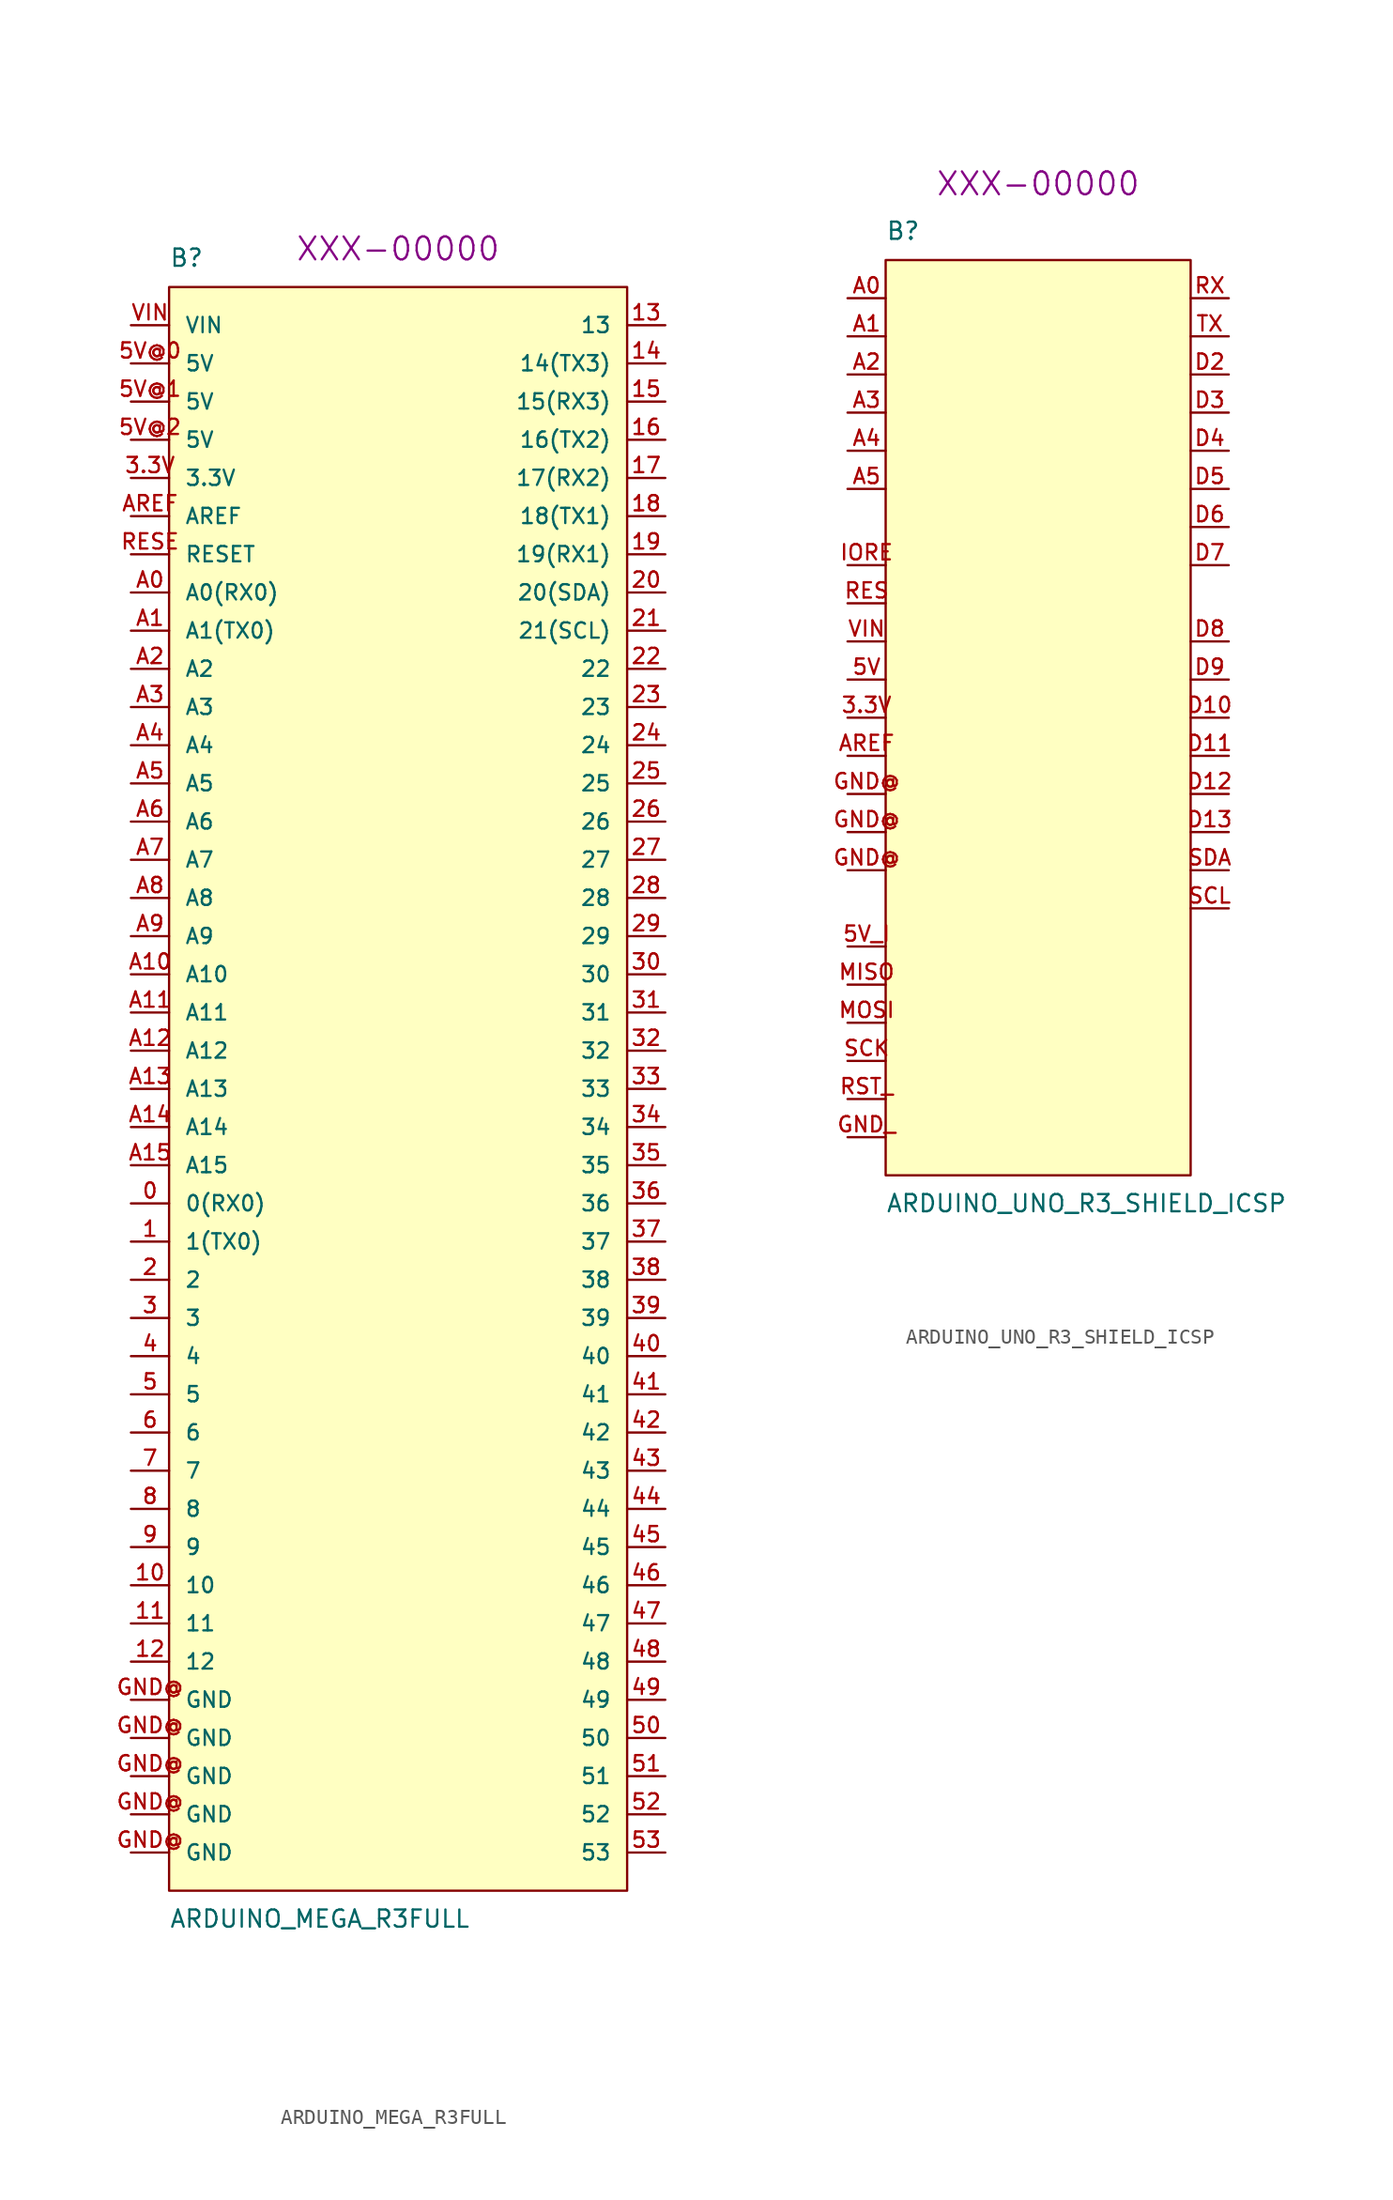
<source format=kicad_sym>
(kicad_symbol_lib
  (version 20201005)
  (generator kicad_symbol_editor)
  (symbol "ARDUINO_MEGA_R3FULL"
    (pin_names
      (offset 1.016))
    (property "Reference" "B"
      (at -15.24 54.61 0)
      (effects (font (size 1.143 1.143)) (justify left bottom)))
    (property "Value" "ARDUINO_MEGA_R3FULL"
      (at -15.24 -55.88 0)
      (effects (font (size 1.143 1.143)) (justify left bottom)))
    (property "Field4" "XXX-00000"
      (at 0 55.88 0)
      (effects (font (size 1.524 1.524))))
    (property "ki_locked" ""
      (at 0 0 0)
      (effects (font (size 1.27 1.27))))
    (symbol "ARDUINO_MEGA_R3FULL_1_1"
      (polyline (pts (xy -15.24 -53.34) (xy 15.24 -53.34) (xy 15.24 53.34) (xy -15.24 53.34) (xy -15.24 -53.34)) (stroke (width 0)) (fill (type background)))
      (pin bidirectional line (at -17.78 -7.62 0) (length 2.54) (name "0(RX0)" (effects (font (size 1.016 1.016)))) (number "0" (effects (font (size 1.016 1.016)))))
      (pin bidirectional line (at -17.78 -10.16 0) (length 2.54) (name "1(TX0)" (effects (font (size 1.016 1.016)))) (number "1" (effects (font (size 1.016 1.016)))))
      (pin bidirectional line (at -17.78 -12.7 0) (length 2.54) (name "2" (effects (font (size 1.016 1.016)))) (number "2" (effects (font (size 1.016 1.016)))))
      (pin bidirectional line (at -17.78 -15.24 0) (length 2.54) (name "3" (effects (font (size 1.016 1.016)))) (number "3" (effects (font (size 1.016 1.016)))))
      (pin bidirectional line (at -17.78 -17.78 0) (length 2.54) (name "4" (effects (font (size 1.016 1.016)))) (number "4" (effects (font (size 1.016 1.016)))))
      (pin bidirectional line (at -17.78 -20.32 0) (length 2.54) (name "5" (effects (font (size 1.016 1.016)))) (number "5" (effects (font (size 1.016 1.016)))))
      (pin bidirectional line (at -17.78 -22.86 0) (length 2.54) (name "6" (effects (font (size 1.016 1.016)))) (number "6" (effects (font (size 1.016 1.016)))))
      (pin bidirectional line (at -17.78 -25.4 0) (length 2.54) (name "7" (effects (font (size 1.016 1.016)))) (number "7" (effects (font (size 1.016 1.016)))))
      (pin bidirectional line (at -17.78 -27.94 0) (length 2.54) (name "8" (effects (font (size 1.016 1.016)))) (number "8" (effects (font (size 1.016 1.016)))))
      (pin bidirectional line (at -17.78 -30.48 0) (length 2.54) (name "9" (effects (font (size 1.016 1.016)))) (number "9" (effects (font (size 1.016 1.016)))))
      (pin bidirectional line (at -17.78 -33.02 0) (length 2.54) (name "10" (effects (font (size 1.016 1.016)))) (number "10" (effects (font (size 1.016 1.016)))))
      (pin bidirectional line (at 17.78 33.02 180) (length 2.54) (name "20(SDA)" (effects (font (size 1.016 1.016)))) (number "20" (effects (font (size 1.016 1.016)))))
      (pin bidirectional line (at 17.78 7.62 180) (length 2.54) (name "30" (effects (font (size 1.016 1.016)))) (number "30" (effects (font (size 1.016 1.016)))))
      (pin bidirectional line (at 17.78 -17.78 180) (length 2.54) (name "40" (effects (font (size 1.016 1.016)))) (number "40" (effects (font (size 1.016 1.016)))))
      (pin bidirectional line (at 17.78 -43.18 180) (length 2.54) (name "50" (effects (font (size 1.016 1.016)))) (number "50" (effects (font (size 1.016 1.016)))))
      (pin bidirectional line (at -17.78 33.02 0) (length 2.54) (name "A0(RX0)" (effects (font (size 1.016 1.016)))) (number "A0" (effects (font (size 1.016 1.016)))))
      (pin bidirectional line (at -17.78 -35.56 0) (length 2.54) (name "11" (effects (font (size 1.016 1.016)))) (number "11" (effects (font (size 1.016 1.016)))))
      (pin bidirectional line (at 17.78 30.48 180) (length 2.54) (name "21(SCL)" (effects (font (size 1.016 1.016)))) (number "21" (effects (font (size 1.016 1.016)))))
      (pin bidirectional line (at 17.78 5.08 180) (length 2.54) (name "31" (effects (font (size 1.016 1.016)))) (number "31" (effects (font (size 1.016 1.016)))))
      (pin bidirectional line (at 17.78 -20.32 180) (length 2.54) (name "41" (effects (font (size 1.016 1.016)))) (number "41" (effects (font (size 1.016 1.016)))))
      (pin bidirectional line (at 17.78 -45.72 180) (length 2.54) (name "51" (effects (font (size 1.016 1.016)))) (number "51" (effects (font (size 1.016 1.016)))))
      (pin bidirectional line (at -17.78 30.48 0) (length 2.54) (name "A1(TX0)" (effects (font (size 1.016 1.016)))) (number "A1" (effects (font (size 1.016 1.016)))))
      (pin bidirectional line (at -17.78 -38.1 0) (length 2.54) (name "12" (effects (font (size 1.016 1.016)))) (number "12" (effects (font (size 1.016 1.016)))))
      (pin bidirectional line (at 17.78 27.94 180) (length 2.54) (name "22" (effects (font (size 1.016 1.016)))) (number "22" (effects (font (size 1.016 1.016)))))
      (pin bidirectional line (at 17.78 2.54 180) (length 2.54) (name "32" (effects (font (size 1.016 1.016)))) (number "32" (effects (font (size 1.016 1.016)))))
      (pin bidirectional line (at 17.78 -22.86 180) (length 2.54) (name "42" (effects (font (size 1.016 1.016)))) (number "42" (effects (font (size 1.016 1.016)))))
      (pin bidirectional line (at 17.78 -48.26 180) (length 2.54) (name "52" (effects (font (size 1.016 1.016)))) (number "52" (effects (font (size 1.016 1.016)))))
      (pin bidirectional line (at -17.78 27.94 0) (length 2.54) (name "A2" (effects (font (size 1.016 1.016)))) (number "A2" (effects (font (size 1.016 1.016)))))
      (pin bidirectional line (at 17.78 50.8 180) (length 2.54) (name "13" (effects (font (size 1.016 1.016)))) (number "13" (effects (font (size 1.016 1.016)))))
      (pin bidirectional line (at 17.78 25.4 180) (length 2.54) (name "23" (effects (font (size 1.016 1.016)))) (number "23" (effects (font (size 1.016 1.016)))))
      (pin bidirectional line (at 17.78 0 180) (length 2.54) (name "33" (effects (font (size 1.016 1.016)))) (number "33" (effects (font (size 1.016 1.016)))))
      (pin bidirectional line (at 17.78 -25.4 180) (length 2.54) (name "43" (effects (font (size 1.016 1.016)))) (number "43" (effects (font (size 1.016 1.016)))))
      (pin bidirectional line (at 17.78 -50.8 180) (length 2.54) (name "53" (effects (font (size 1.016 1.016)))) (number "53" (effects (font (size 1.016 1.016)))))
      (pin bidirectional line (at -17.78 25.4 0) (length 2.54) (name "A3" (effects (font (size 1.016 1.016)))) (number "A3" (effects (font (size 1.016 1.016)))))
      (pin bidirectional line (at 17.78 48.26 180) (length 2.54) (name "14(TX3)" (effects (font (size 1.016 1.016)))) (number "14" (effects (font (size 1.016 1.016)))))
      (pin bidirectional line (at 17.78 22.86 180) (length 2.54) (name "24" (effects (font (size 1.016 1.016)))) (number "24" (effects (font (size 1.016 1.016)))))
      (pin bidirectional line (at 17.78 -2.54 180) (length 2.54) (name "34" (effects (font (size 1.016 1.016)))) (number "34" (effects (font (size 1.016 1.016)))))
      (pin bidirectional line (at 17.78 -27.94 180) (length 2.54) (name "44" (effects (font (size 1.016 1.016)))) (number "44" (effects (font (size 1.016 1.016)))))
      (pin bidirectional line (at -17.78 22.86 0) (length 2.54) (name "A4" (effects (font (size 1.016 1.016)))) (number "A4" (effects (font (size 1.016 1.016)))))
      (pin bidirectional line (at 17.78 45.72 180) (length 2.54) (name "15(RX3)" (effects (font (size 1.016 1.016)))) (number "15" (effects (font (size 1.016 1.016)))))
      (pin bidirectional line (at 17.78 20.32 180) (length 2.54) (name "25" (effects (font (size 1.016 1.016)))) (number "25" (effects (font (size 1.016 1.016)))))
      (pin bidirectional line (at 17.78 -5.08 180) (length 2.54) (name "35" (effects (font (size 1.016 1.016)))) (number "35" (effects (font (size 1.016 1.016)))))
      (pin bidirectional line (at 17.78 -30.48 180) (length 2.54) (name "45" (effects (font (size 1.016 1.016)))) (number "45" (effects (font (size 1.016 1.016)))))
      (pin bidirectional line (at -17.78 20.32 0) (length 2.54) (name "A5" (effects (font (size 1.016 1.016)))) (number "A5" (effects (font (size 1.016 1.016)))))
      (pin bidirectional line (at 17.78 43.18 180) (length 2.54) (name "16(TX2)" (effects (font (size 1.016 1.016)))) (number "16" (effects (font (size 1.016 1.016)))))
      (pin bidirectional line (at 17.78 17.78 180) (length 2.54) (name "26" (effects (font (size 1.016 1.016)))) (number "26" (effects (font (size 1.016 1.016)))))
      (pin bidirectional line (at 17.78 -7.62 180) (length 2.54) (name "36" (effects (font (size 1.016 1.016)))) (number "36" (effects (font (size 1.016 1.016)))))
      (pin bidirectional line (at 17.78 -33.02 180) (length 2.54) (name "46" (effects (font (size 1.016 1.016)))) (number "46" (effects (font (size 1.016 1.016)))))
      (pin bidirectional line (at -17.78 17.78 0) (length 2.54) (name "A6" (effects (font (size 1.016 1.016)))) (number "A6" (effects (font (size 1.016 1.016)))))
      (pin bidirectional line (at 17.78 40.64 180) (length 2.54) (name "17(RX2)" (effects (font (size 1.016 1.016)))) (number "17" (effects (font (size 1.016 1.016)))))
      (pin bidirectional line (at 17.78 15.24 180) (length 2.54) (name "27" (effects (font (size 1.016 1.016)))) (number "27" (effects (font (size 1.016 1.016)))))
      (pin bidirectional line (at 17.78 -10.16 180) (length 2.54) (name "37" (effects (font (size 1.016 1.016)))) (number "37" (effects (font (size 1.016 1.016)))))
      (pin bidirectional line (at 17.78 -35.56 180) (length 2.54) (name "47" (effects (font (size 1.016 1.016)))) (number "47" (effects (font (size 1.016 1.016)))))
      (pin bidirectional line (at -17.78 15.24 0) (length 2.54) (name "A7" (effects (font (size 1.016 1.016)))) (number "A7" (effects (font (size 1.016 1.016)))))
      (pin bidirectional line (at 17.78 38.1 180) (length 2.54) (name "18(TX1)" (effects (font (size 1.016 1.016)))) (number "18" (effects (font (size 1.016 1.016)))))
      (pin bidirectional line (at 17.78 12.7 180) (length 2.54) (name "28" (effects (font (size 1.016 1.016)))) (number "28" (effects (font (size 1.016 1.016)))))
      (pin bidirectional line (at 17.78 -12.7 180) (length 2.54) (name "38" (effects (font (size 1.016 1.016)))) (number "38" (effects (font (size 1.016 1.016)))))
      (pin bidirectional line (at 17.78 -38.1 180) (length 2.54) (name "48" (effects (font (size 1.016 1.016)))) (number "48" (effects (font (size 1.016 1.016)))))
      (pin bidirectional line (at -17.78 12.7 0) (length 2.54) (name "A8" (effects (font (size 1.016 1.016)))) (number "A8" (effects (font (size 1.016 1.016)))))
      (pin bidirectional line (at 17.78 35.56 180) (length 2.54) (name "19(RX1)" (effects (font (size 1.016 1.016)))) (number "19" (effects (font (size 1.016 1.016)))))
      (pin bidirectional line (at 17.78 10.16 180) (length 2.54) (name "29" (effects (font (size 1.016 1.016)))) (number "29" (effects (font (size 1.016 1.016)))))
      (pin bidirectional line (at 17.78 -15.24 180) (length 2.54) (name "39" (effects (font (size 1.016 1.016)))) (number "39" (effects (font (size 1.016 1.016)))))
      (pin bidirectional line (at 17.78 -40.64 180) (length 2.54) (name "49" (effects (font (size 1.016 1.016)))) (number "49" (effects (font (size 1.016 1.016)))))
      (pin bidirectional line (at -17.78 10.16 0) (length 2.54) (name "A9" (effects (font (size 1.016 1.016)))) (number "A9" (effects (font (size 1.016 1.016)))))
      (pin bidirectional line (at -17.78 7.62 0) (length 2.54) (name "A10" (effects (font (size 1.016 1.016)))) (number "A10" (effects (font (size 1.016 1.016)))))
      (pin bidirectional line (at -17.78 5.08 0) (length 2.54) (name "A11" (effects (font (size 1.016 1.016)))) (number "A11" (effects (font (size 1.016 1.016)))))
      (pin bidirectional line (at -17.78 2.54 0) (length 2.54) (name "A12" (effects (font (size 1.016 1.016)))) (number "A12" (effects (font (size 1.016 1.016)))))
      (pin bidirectional line (at -17.78 0 0) (length 2.54) (name "A13" (effects (font (size 1.016 1.016)))) (number "A13" (effects (font (size 1.016 1.016)))))
      (pin bidirectional line (at -17.78 -2.54 0) (length 2.54) (name "A14" (effects (font (size 1.016 1.016)))) (number "A14" (effects (font (size 1.016 1.016)))))
      (pin bidirectional line (at -17.78 -5.08 0) (length 2.54) (name "A15" (effects (font (size 1.016 1.016)))) (number "A15" (effects (font (size 1.016 1.016)))))
      (pin bidirectional line (at -17.78 50.8 0) (length 2.54) (name "VIN" (effects (font (size 1.016 1.016)))) (number "VIN" (effects (font (size 1.016 1.016)))))
      (pin bidirectional line (at -17.78 48.26 0) (length 2.54) (name "5V" (effects (font (size 1.016 1.016)))) (number "5V@0" (effects (font (size 1.016 1.016)))))
      (pin bidirectional line (at -17.78 45.72 0) (length 2.54) (name "5V" (effects (font (size 1.016 1.016)))) (number "5V@1" (effects (font (size 1.016 1.016)))))
      (pin bidirectional line (at -17.78 43.18 0) (length 2.54) (name "5V" (effects (font (size 1.016 1.016)))) (number "5V@2" (effects (font (size 1.016 1.016)))))
      (pin bidirectional line (at -17.78 -50.8 0) (length 2.54) (name "GND" (effects (font (size 1.016 1.016)))) (number "GND@" (effects (font (size 1.016 1.016)))))
      (pin bidirectional line (at -17.78 -48.26 0) (length 2.54) (name "GND" (effects (font (size 1.016 1.016)))) (number "GND@" (effects (font (size 1.016 1.016)))))
      (pin bidirectional line (at -17.78 -45.72 0) (length 2.54) (name "GND" (effects (font (size 1.016 1.016)))) (number "GND@" (effects (font (size 1.016 1.016)))))
      (pin bidirectional line (at -17.78 -43.18 0) (length 2.54) (name "GND" (effects (font (size 1.016 1.016)))) (number "GND@" (effects (font (size 1.016 1.016)))))
      (pin bidirectional line (at -17.78 -40.64 0) (length 2.54) (name "GND" (effects (font (size 1.016 1.016)))) (number "GND@" (effects (font (size 1.016 1.016)))))
      (pin bidirectional line (at -17.78 35.56 0) (length 2.54) (name "RESET" (effects (font (size 1.016 1.016)))) (number "RESE" (effects (font (size 1.016 1.016)))))
      (pin bidirectional line (at -17.78 38.1 0) (length 2.54) (name "AREF" (effects (font (size 1.016 1.016)))) (number "AREF" (effects (font (size 1.016 1.016)))))
      (pin bidirectional line (at -17.78 40.64 0) (length 2.54) (name "3.3V" (effects (font (size 1.016 1.016)))) (number "3.3V" (effects (font (size 1.016 1.016)))))))
  (symbol "ARDUINO_UNO_R3_SHIELD_ICSP"
    (pin_names
      (offset 1.016) hide)
    (property "Reference" "B"
      (at -10.16 31.75 0)
      (effects (font (size 1.143 1.143)) (justify left bottom)))
    (property "Value" "ARDUINO_UNO_R3_SHIELD_ICSP"
      (at -10.16 -33.02 0)
      (effects (font (size 1.143 1.143)) (justify left bottom)))
    (property "Field4" "XXX-00000"
      (at 0 35.56 0)
      (effects (font (size 1.524 1.524))))
    (property "ki_locked" ""
      (at 0 0 0)
      (effects (font (size 1.27 1.27))))
    (symbol "ARDUINO_UNO_R3_SHIELD_ICSP_1_1"
      (polyline (pts (xy -10.16 -30.48) (xy -10.16 30.48) (xy 10.16 30.48) (xy 10.16 -30.48) (xy -10.16 -30.48)) (stroke (width 0)) (fill (type background)))
      (pin bidirectional line (at -12.7 27.94 0) (length 2.54) (name "A0" (effects (font (size 1.016 1.016)))) (number "A0" (effects (font (size 1.016 1.016)))))
      (pin bidirectional line (at -12.7 25.4 0) (length 2.54) (name "A1" (effects (font (size 1.016 1.016)))) (number "A1" (effects (font (size 1.016 1.016)))))
      (pin bidirectional line (at -12.7 22.86 0) (length 2.54) (name "A2" (effects (font (size 1.016 1.016)))) (number "A2" (effects (font (size 1.016 1.016)))))
      (pin bidirectional line (at 12.7 22.86 180) (length 2.54) (name "D2" (effects (font (size 1.016 1.016)))) (number "D2" (effects (font (size 1.016 1.016)))))
      (pin bidirectional line (at -12.7 20.32 0) (length 2.54) (name "A3" (effects (font (size 1.016 1.016)))) (number "A3" (effects (font (size 1.016 1.016)))))
      (pin bidirectional line (at 12.7 20.32 180) (length 2.54) (name "*D3" (effects (font (size 1.016 1.016)))) (number "D3" (effects (font (size 1.016 1.016)))))
      (pin bidirectional line (at -12.7 17.78 0) (length 2.54) (name "A4" (effects (font (size 1.016 1.016)))) (number "A4" (effects (font (size 1.016 1.016)))))
      (pin bidirectional line (at 12.7 17.78 180) (length 2.54) (name "D4" (effects (font (size 1.016 1.016)))) (number "D4" (effects (font (size 1.016 1.016)))))
      (pin bidirectional line (at -12.7 15.24 0) (length 2.54) (name "A5" (effects (font (size 1.016 1.016)))) (number "A5" (effects (font (size 1.016 1.016)))))
      (pin bidirectional line (at 12.7 15.24 180) (length 2.54) (name "*D5" (effects (font (size 1.016 1.016)))) (number "D5" (effects (font (size 1.016 1.016)))))
      (pin bidirectional line (at 12.7 12.7 180) (length 2.54) (name "*D6" (effects (font (size 1.016 1.016)))) (number "D6" (effects (font (size 1.016 1.016)))))
      (pin bidirectional line (at 12.7 10.16 180) (length 2.54) (name "D7" (effects (font (size 1.016 1.016)))) (number "D7" (effects (font (size 1.016 1.016)))))
      (pin bidirectional line (at 12.7 5.08 180) (length 2.54) (name "D8" (effects (font (size 1.016 1.016)))) (number "D8" (effects (font (size 1.016 1.016)))))
      (pin bidirectional line (at 12.7 2.54 180) (length 2.54) (name "*D9" (effects (font (size 1.016 1.016)))) (number "D9" (effects (font (size 1.016 1.016)))))
      (pin bidirectional line (at -12.7 2.54 0) (length 2.54) (name "5V" (effects (font (size 1.016 1.016)))) (number "5V" (effects (font (size 1.016 1.016)))))
      (pin bidirectional line (at 12.7 27.94 180) (length 2.54) (name "D0" (effects (font (size 1.016 1.016)))) (number "RX" (effects (font (size 1.016 1.016)))))
      (pin bidirectional line (at 12.7 25.4 180) (length 2.54) (name "D1" (effects (font (size 1.016 1.016)))) (number "TX" (effects (font (size 1.016 1.016)))))
      (pin bidirectional line (at 12.7 0 180) (length 2.54) (name "*D10" (effects (font (size 1.016 1.016)))) (number "D10" (effects (font (size 1.016 1.016)))))
      (pin bidirectional line (at 12.7 -2.54 180) (length 2.54) (name "*D11" (effects (font (size 1.016 1.016)))) (number "D11" (effects (font (size 1.016 1.016)))))
      (pin bidirectional line (at 12.7 -5.08 180) (length 2.54) (name "D12" (effects (font (size 1.016 1.016)))) (number "D12" (effects (font (size 1.016 1.016)))))
      (pin bidirectional line (at 12.7 -7.62 180) (length 2.54) (name "D13" (effects (font (size 1.016 1.016)))) (number "D13" (effects (font (size 1.016 1.016)))))
      (pin bidirectional line (at 12.7 -10.16 180) (length 2.54) (name "SDA" (effects (font (size 1.016 1.016)))) (number "SDA" (effects (font (size 1.016 1.016)))))
      (pin bidirectional line (at -12.7 -22.86 0) (length 2.54) (name "SCK" (effects (font (size 1.016 1.016)))) (number "SCK" (effects (font (size 1.016 1.016)))))
      (pin bidirectional line (at 12.7 -12.7 180) (length 2.54) (name "SCL" (effects (font (size 1.016 1.016)))) (number "SCL" (effects (font (size 1.016 1.016)))))
      (pin bidirectional line (at -12.7 5.08 0) (length 2.54) (name "VIN" (effects (font (size 1.016 1.016)))) (number "VIN" (effects (font (size 1.016 1.016)))))
      (pin bidirectional line (at -12.7 7.62 0) (length 2.54) (name "~RESET~" (effects (font (size 1.016 1.016)))) (number "RES" (effects (font (size 1.016 1.016)))))
      (pin bidirectional line (at -12.7 -10.16 0) (length 2.54) (name "GND" (effects (font (size 1.016 1.016)))) (number "GND@" (effects (font (size 1.016 1.016)))))
      (pin bidirectional line (at -12.7 -7.62 0) (length 2.54) (name "GND" (effects (font (size 1.016 1.016)))) (number "GND@" (effects (font (size 1.016 1.016)))))
      (pin bidirectional line (at -12.7 -5.08 0) (length 2.54) (name "GND" (effects (font (size 1.016 1.016)))) (number "GND@" (effects (font (size 1.016 1.016)))))
      (pin bidirectional line (at -12.7 10.16 0) (length 2.54) (name "IOREF" (effects (font (size 1.016 1.016)))) (number "IORE" (effects (font (size 1.016 1.016)))))
      (pin bidirectional line (at -12.7 -2.54 0) (length 2.54) (name "AREF" (effects (font (size 1.016 1.016)))) (number "AREF" (effects (font (size 1.016 1.016)))))
      (pin bidirectional line (at -12.7 -20.32 0) (length 2.54) (name "MOSI" (effects (font (size 1.016 1.016)))) (number "MOSI" (effects (font (size 1.016 1.016)))))
      (pin bidirectional line (at -12.7 -15.24 0) (length 2.54) (name "VCC" (effects (font (size 1.016 1.016)))) (number "5V_I" (effects (font (size 1.016 1.016)))))
      (pin bidirectional line (at -12.7 -17.78 0) (length 2.54) (name "MISO" (effects (font (size 1.016 1.016)))) (number "MISO" (effects (font (size 1.016 1.016)))))
      (pin bidirectional line (at -12.7 0 0) (length 2.54) (name "3.3V" (effects (font (size 1.016 1.016)))) (number "3.3V" (effects (font (size 1.016 1.016)))))
      (pin bidirectional line (at -12.7 -27.94 0) (length 2.54) (name "GND" (effects (font (size 1.016 1.016)))) (number "GND_" (effects (font (size 1.016 1.016)))))
      (pin bidirectional line (at -12.7 -25.4 0) (length 2.54) (name "~RESET~" (effects (font (size 1.016 1.016)))) (number "RST_" (effects (font (size 1.016 1.016))))))))
</source>
